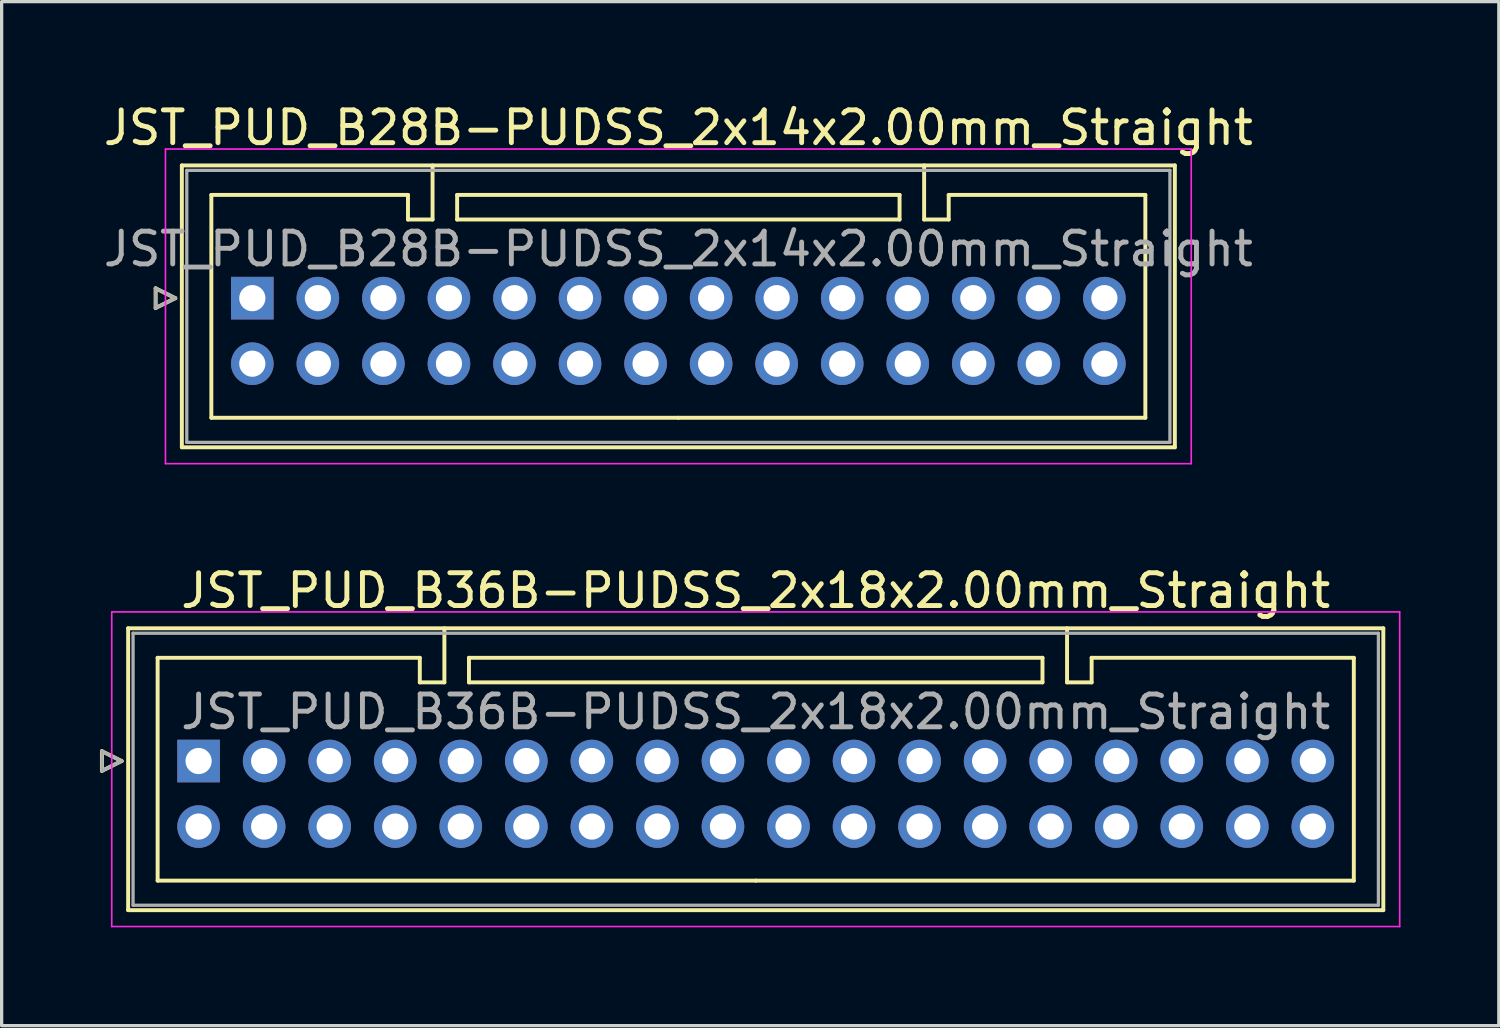
<source format=kicad_pcb>
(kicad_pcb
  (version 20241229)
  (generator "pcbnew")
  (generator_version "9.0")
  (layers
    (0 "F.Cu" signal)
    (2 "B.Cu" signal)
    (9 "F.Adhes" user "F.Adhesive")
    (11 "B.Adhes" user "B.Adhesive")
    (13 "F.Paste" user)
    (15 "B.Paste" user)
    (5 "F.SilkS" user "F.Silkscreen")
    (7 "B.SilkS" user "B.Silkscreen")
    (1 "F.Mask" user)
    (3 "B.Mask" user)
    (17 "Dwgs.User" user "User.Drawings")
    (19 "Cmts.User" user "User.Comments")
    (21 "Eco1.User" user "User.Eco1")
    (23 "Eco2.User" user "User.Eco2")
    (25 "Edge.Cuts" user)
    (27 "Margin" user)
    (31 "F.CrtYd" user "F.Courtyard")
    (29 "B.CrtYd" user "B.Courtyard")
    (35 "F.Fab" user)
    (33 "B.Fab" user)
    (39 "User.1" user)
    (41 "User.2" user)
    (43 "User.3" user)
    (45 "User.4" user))
  (footprint "JST_PUD_B36B-PUDSS_2x18x2.00mm_Straight"
    (layer "F.Cu")
    (at 3.01 20.172)
    (property "Reference" "JST_PUD_B36B-PUDSS_2x18x2.00mm_Straight" (at 17 -5.2 0) (layer "F.SilkS") (effects (font (size 1 1) (thickness 0.15))))
    (attr through_hole)
    (fp_line (start -2.95 -0.3) (end -2.35 0) (stroke (width 0.12) (type solid)) (layer "F.SilkS"))
    (fp_line (start -2.95 0.3) (end -2.95 -0.3) (stroke (width 0.12) (type solid)) (layer "F.SilkS"))
    (fp_line (start -2.35 0) (end -2.95 0.3) (stroke (width 0.12) (type solid)) (layer "F.SilkS"))
    (fp_line (start -2.15 -4.05) (end -2.15 4.55) (stroke (width 0.12) (type solid)) (layer "F.SilkS"))
    (fp_line (start -2.15 4.55) (end 36.15 4.55) (stroke (width 0.12) (type solid)) (layer "F.SilkS"))
    (fp_line (start -1.25 -3.15) (end -1.25 3.65) (stroke (width 0.12) (type solid)) (layer "F.SilkS"))
    (fp_line (start -1.25 3.65) (end 17 3.65) (stroke (width 0.12) (type solid)) (layer "F.SilkS"))
    (fp_line (start 6.75 -3.15) (end -1.25 -3.15) (stroke (width 0.12) (type solid)) (layer "F.SilkS"))
    (fp_line (start 6.75 -2.4) (end 6.75 -3.15) (stroke (width 0.12) (type solid)) (layer "F.SilkS"))
    (fp_line (start 7.5 -4.05) (end 7.5 -2.4) (stroke (width 0.12) (type solid)) (layer "F.SilkS"))
    (fp_line (start 7.5 -2.4) (end 6.75 -2.4) (stroke (width 0.12) (type solid)) (layer "F.SilkS"))
    (fp_line (start 8.25 -3.15) (end 8.25 -2.4) (stroke (width 0.12) (type solid)) (layer "F.SilkS"))
    (fp_line (start 8.25 -2.4) (end 25.75 -2.4) (stroke (width 0.12) (type solid)) (layer "F.SilkS"))
    (fp_line (start 25.75 -3.15) (end 8.25 -3.15) (stroke (width 0.12) (type solid)) (layer "F.SilkS"))
    (fp_line (start 25.75 -2.4) (end 25.75 -3.15) (stroke (width 0.12) (type solid)) (layer "F.SilkS"))
    (fp_line (start 26.5 -4.05) (end 26.5 -2.4) (stroke (width 0.12) (type solid)) (layer "F.SilkS"))
    (fp_line (start 26.5 -2.4) (end 27.25 -2.4) (stroke (width 0.12) (type solid)) (layer "F.SilkS"))
    (fp_line (start 27.25 -3.15) (end 35.25 -3.15) (stroke (width 0.12) (type solid)) (layer "F.SilkS"))
    (fp_line (start 27.25 -2.4) (end 27.25 -3.15) (stroke (width 0.12) (type solid)) (layer "F.SilkS"))
    (fp_line (start 35.25 -3.15) (end 35.25 3.65) (stroke (width 0.12) (type solid)) (layer "F.SilkS"))
    (fp_line (start 35.25 3.65) (end 17 3.65) (stroke (width 0.12) (type solid)) (layer "F.SilkS"))
    (fp_line (start 36.15 -4.05) (end -2.15 -4.05) (stroke (width 0.12) (type solid)) (layer "F.SilkS"))
    (fp_line (start 36.15 4.55) (end 36.15 -4.05) (stroke (width 0.12) (type solid)) (layer "F.SilkS"))
    (fp_line (start -2.65 -4.55) (end -2.65 5.05) (stroke (width 0.05) (type solid)) (layer "F.CrtYd"))
    (fp_line (start -2.65 5.05) (end 36.65 5.05) (stroke (width 0.05) (type solid)) (layer "F.CrtYd"))
    (fp_line (start 36.65 -4.55) (end -2.65 -4.55) (stroke (width 0.05) (type solid)) (layer "F.CrtYd"))
    (fp_line (start 36.65 5.05) (end 36.65 -4.55) (stroke (width 0.05) (type solid)) (layer "F.CrtYd"))
    (fp_line (start -2.95 -0.3) (end -2.35 0) (stroke (width 0.1) (type solid)) (layer "F.Fab"))
    (fp_line (start -2.95 0.3) (end -2.95 -0.3) (stroke (width 0.1) (type solid)) (layer "F.Fab"))
    (fp_line (start -2.35 0) (end -2.95 0.3) (stroke (width 0.1) (type solid)) (layer "F.Fab"))
    (fp_line (start -2 -3.9) (end -2 4.4) (stroke (width 0.1) (type solid)) (layer "F.Fab"))
    (fp_line (start -2 4.4) (end 36 4.4) (stroke (width 0.1) (type solid)) (layer "F.Fab"))
    (fp_line (start 36 -3.9) (end -2 -3.9) (stroke (width 0.1) (type solid)) (layer "F.Fab"))
    (fp_line (start 36 4.4) (end 36 -3.9) (stroke (width 0.1) (type solid)) (layer "F.Fab"))
    (fp_text user "${REFERENCE}" (at 17 -1.5 0) (layer "F.Fab") (effects (font (size 1 1) (thickness 0.15))))
    (pad "1" thru_hole rect (at 0 0) (size 1.3 1.3) (drill 0.8) (layers "*.Cu" "*.Mask"))
    (pad "2" thru_hole circle (at 0 2) (size 1.3 1.3) (drill 0.8) (layers "*.Cu" "*.Mask"))
    (pad "3" thru_hole circle (at 2 0) (size 1.3 1.3) (drill 0.8) (layers "*.Cu" "*.Mask"))
    (pad "4" thru_hole circle (at 2 2) (size 1.3 1.3) (drill 0.8) (layers "*.Cu" "*.Mask"))
    (pad "5" thru_hole circle (at 4 0) (size 1.3 1.3) (drill 0.8) (layers "*.Cu" "*.Mask"))
    (pad "6" thru_hole circle (at 4 2) (size 1.3 1.3) (drill 0.8) (layers "*.Cu" "*.Mask"))
    (pad "7" thru_hole circle (at 6 0) (size 1.3 1.3) (drill 0.8) (layers "*.Cu" "*.Mask"))
    (pad "8" thru_hole circle (at 6 2) (size 1.3 1.3) (drill 0.8) (layers "*.Cu" "*.Mask"))
    (pad "9" thru_hole circle (at 8 0) (size 1.3 1.3) (drill 0.8) (layers "*.Cu" "*.Mask"))
    (pad "10" thru_hole circle (at 8 2) (size 1.3 1.3) (drill 0.8) (layers "*.Cu" "*.Mask"))
    (pad "11" thru_hole circle (at 10 0) (size 1.3 1.3) (drill 0.8) (layers "*.Cu" "*.Mask"))
    (pad "12" thru_hole circle (at 10 2) (size 1.3 1.3) (drill 0.8) (layers "*.Cu" "*.Mask"))
    (pad "13" thru_hole circle (at 12 0) (size 1.3 1.3) (drill 0.8) (layers "*.Cu" "*.Mask"))
    (pad "14" thru_hole circle (at 12 2) (size 1.3 1.3) (drill 0.8) (layers "*.Cu" "*.Mask"))
    (pad "15" thru_hole circle (at 14 0) (size 1.3 1.3) (drill 0.8) (layers "*.Cu" "*.Mask"))
    (pad "16" thru_hole circle (at 14 2) (size 1.3 1.3) (drill 0.8) (layers "*.Cu" "*.Mask"))
    (pad "17" thru_hole circle (at 16 0) (size 1.3 1.3) (drill 0.8) (layers "*.Cu" "*.Mask"))
    (pad "18" thru_hole circle (at 16 2) (size 1.3 1.3) (drill 0.8) (layers "*.Cu" "*.Mask"))
    (pad "19" thru_hole circle (at 18 0) (size 1.3 1.3) (drill 0.8) (layers "*.Cu" "*.Mask"))
    (pad "20" thru_hole circle (at 18 2) (size 1.3 1.3) (drill 0.8) (layers "*.Cu" "*.Mask"))
    (pad "21" thru_hole circle (at 20 0) (size 1.3 1.3) (drill 0.8) (layers "*.Cu" "*.Mask"))
    (pad "22" thru_hole circle (at 20 2) (size 1.3 1.3) (drill 0.8) (layers "*.Cu" "*.Mask"))
    (pad "23" thru_hole circle (at 22 0) (size 1.3 1.3) (drill 0.8) (layers "*.Cu" "*.Mask"))
    (pad "24" thru_hole circle (at 22 2) (size 1.3 1.3) (drill 0.8) (layers "*.Cu" "*.Mask"))
    (pad "25" thru_hole circle (at 24 0) (size 1.3 1.3) (drill 0.8) (layers "*.Cu" "*.Mask"))
    (pad "26" thru_hole circle (at 24 2) (size 1.3 1.3) (drill 0.8) (layers "*.Cu" "*.Mask"))
    (pad "27" thru_hole circle (at 26 0) (size 1.3 1.3) (drill 0.8) (layers "*.Cu" "*.Mask"))
    (pad "28" thru_hole circle (at 26 2) (size 1.3 1.3) (drill 0.8) (layers "*.Cu" "*.Mask"))
    (pad "29" thru_hole circle (at 28 0) (size 1.3 1.3) (drill 0.8) (layers "*.Cu" "*.Mask"))
    (pad "30" thru_hole circle (at 28 2) (size 1.3 1.3) (drill 0.8) (layers "*.Cu" "*.Mask"))
    (pad "31" thru_hole circle (at 30 0) (size 1.3 1.3) (drill 0.8) (layers "*.Cu" "*.Mask"))
    (pad "32" thru_hole circle (at 30 2) (size 1.3 1.3) (drill 0.8) (layers "*.Cu" "*.Mask"))
    (pad "33" thru_hole circle (at 32 0) (size 1.3 1.3) (drill 0.8) (layers "*.Cu" "*.Mask"))
    (pad "34" thru_hole circle (at 32 2) (size 1.3 1.3) (drill 0.8) (layers "*.Cu" "*.Mask"))
    (pad "35" thru_hole circle (at 34 0) (size 1.3 1.3) (drill 0.8) (layers "*.Cu" "*.Mask"))
    (pad "36" thru_hole circle (at 34 2) (size 1.3 1.3) (drill 0.8) (layers "*.Cu" "*.Mask")))
  (footprint "JST_PUD_B28B-PUDSS_2x14x2.00mm_Straight"
    (layer "F.Cu")
    (at 4.649 6.048)
    (property "Reference" "JST_PUD_B28B-PUDSS_2x14x2.00mm_Straight" (at 13 -5.2 0) (layer "F.SilkS") (effects (font (size 1 1) (thickness 0.15))))
    (attr through_hole)
    (fp_line (start -2.95 -0.3) (end -2.35 0) (stroke (width 0.12) (type solid)) (layer "F.SilkS"))
    (fp_line (start -2.95 0.3) (end -2.95 -0.3) (stroke (width 0.12) (type solid)) (layer "F.SilkS"))
    (fp_line (start -2.35 0) (end -2.95 0.3) (stroke (width 0.12) (type solid)) (layer "F.SilkS"))
    (fp_line (start -2.15 -4.05) (end -2.15 4.55) (stroke (width 0.12) (type solid)) (layer "F.SilkS"))
    (fp_line (start -2.15 4.55) (end 28.15 4.55) (stroke (width 0.12) (type solid)) (layer "F.SilkS"))
    (fp_line (start -1.25 -3.15) (end -1.25 3.65) (stroke (width 0.12) (type solid)) (layer "F.SilkS"))
    (fp_line (start -1.25 3.65) (end 13 3.65) (stroke (width 0.12) (type solid)) (layer "F.SilkS"))
    (fp_line (start 4.75 -3.15) (end -1.25 -3.15) (stroke (width 0.12) (type solid)) (layer "F.SilkS"))
    (fp_line (start 4.75 -2.4) (end 4.75 -3.15) (stroke (width 0.12) (type solid)) (layer "F.SilkS"))
    (fp_line (start 5.5 -4.05) (end 5.5 -2.4) (stroke (width 0.12) (type solid)) (layer "F.SilkS"))
    (fp_line (start 5.5 -2.4) (end 4.75 -2.4) (stroke (width 0.12) (type solid)) (layer "F.SilkS"))
    (fp_line (start 6.25 -3.15) (end 6.25 -2.4) (stroke (width 0.12) (type solid)) (layer "F.SilkS"))
    (fp_line (start 6.25 -2.4) (end 19.75 -2.4) (stroke (width 0.12) (type solid)) (layer "F.SilkS"))
    (fp_line (start 19.75 -3.15) (end 6.25 -3.15) (stroke (width 0.12) (type solid)) (layer "F.SilkS"))
    (fp_line (start 19.75 -2.4) (end 19.75 -3.15) (stroke (width 0.12) (type solid)) (layer "F.SilkS"))
    (fp_line (start 20.5 -4.05) (end 20.5 -2.4) (stroke (width 0.12) (type solid)) (layer "F.SilkS"))
    (fp_line (start 20.5 -2.4) (end 21.25 -2.4) (stroke (width 0.12) (type solid)) (layer "F.SilkS"))
    (fp_line (start 21.25 -3.15) (end 27.25 -3.15) (stroke (width 0.12) (type solid)) (layer "F.SilkS"))
    (fp_line (start 21.25 -2.4) (end 21.25 -3.15) (stroke (width 0.12) (type solid)) (layer "F.SilkS"))
    (fp_line (start 27.25 -3.15) (end 27.25 3.65) (stroke (width 0.12) (type solid)) (layer "F.SilkS"))
    (fp_line (start 27.25 3.65) (end 13 3.65) (stroke (width 0.12) (type solid)) (layer "F.SilkS"))
    (fp_line (start 28.15 -4.05) (end -2.15 -4.05) (stroke (width 0.12) (type solid)) (layer "F.SilkS"))
    (fp_line (start 28.15 4.55) (end 28.15 -4.05) (stroke (width 0.12) (type solid)) (layer "F.SilkS"))
    (fp_line (start -2.65 -4.55) (end -2.65 5.05) (stroke (width 0.05) (type solid)) (layer "F.CrtYd"))
    (fp_line (start -2.65 5.05) (end 28.65 5.05) (stroke (width 0.05) (type solid)) (layer "F.CrtYd"))
    (fp_line (start 28.65 -4.55) (end -2.65 -4.55) (stroke (width 0.05) (type solid)) (layer "F.CrtYd"))
    (fp_line (start 28.65 5.05) (end 28.65 -4.55) (stroke (width 0.05) (type solid)) (layer "F.CrtYd"))
    (fp_line (start -2.95 -0.3) (end -2.35 0) (stroke (width 0.1) (type solid)) (layer "F.Fab"))
    (fp_line (start -2.95 0.3) (end -2.95 -0.3) (stroke (width 0.1) (type solid)) (layer "F.Fab"))
    (fp_line (start -2.35 0) (end -2.95 0.3) (stroke (width 0.1) (type solid)) (layer "F.Fab"))
    (fp_line (start -2 -3.9) (end -2 4.4) (stroke (width 0.1) (type solid)) (layer "F.Fab"))
    (fp_line (start -2 4.4) (end 28 4.4) (stroke (width 0.1) (type solid)) (layer "F.Fab"))
    (fp_line (start 28 -3.9) (end -2 -3.9) (stroke (width 0.1) (type solid)) (layer "F.Fab"))
    (fp_line (start 28 4.4) (end 28 -3.9) (stroke (width 0.1) (type solid)) (layer "F.Fab"))
    (fp_text user "${REFERENCE}" (at 13 -1.5 0) (layer "F.Fab") (effects (font (size 1 1) (thickness 0.15))))
    (pad "1" thru_hole rect (at 0 0) (size 1.3 1.3) (drill 0.8) (layers "*.Cu" "*.Mask"))
    (pad "2" thru_hole circle (at 0 2) (size 1.3 1.3) (drill 0.8) (layers "*.Cu" "*.Mask"))
    (pad "3" thru_hole circle (at 2 0) (size 1.3 1.3) (drill 0.8) (layers "*.Cu" "*.Mask"))
    (pad "4" thru_hole circle (at 2 2) (size 1.3 1.3) (drill 0.8) (layers "*.Cu" "*.Mask"))
    (pad "5" thru_hole circle (at 4 0) (size 1.3 1.3) (drill 0.8) (layers "*.Cu" "*.Mask"))
    (pad "6" thru_hole circle (at 4 2) (size 1.3 1.3) (drill 0.8) (layers "*.Cu" "*.Mask"))
    (pad "7" thru_hole circle (at 6 0) (size 1.3 1.3) (drill 0.8) (layers "*.Cu" "*.Mask"))
    (pad "8" thru_hole circle (at 6 2) (size 1.3 1.3) (drill 0.8) (layers "*.Cu" "*.Mask"))
    (pad "9" thru_hole circle (at 8 0) (size 1.3 1.3) (drill 0.8) (layers "*.Cu" "*.Mask"))
    (pad "10" thru_hole circle (at 8 2) (size 1.3 1.3) (drill 0.8) (layers "*.Cu" "*.Mask"))
    (pad "11" thru_hole circle (at 10 0) (size 1.3 1.3) (drill 0.8) (layers "*.Cu" "*.Mask"))
    (pad "12" thru_hole circle (at 10 2) (size 1.3 1.3) (drill 0.8) (layers "*.Cu" "*.Mask"))
    (pad "13" thru_hole circle (at 12 0) (size 1.3 1.3) (drill 0.8) (layers "*.Cu" "*.Mask"))
    (pad "14" thru_hole circle (at 12 2) (size 1.3 1.3) (drill 0.8) (layers "*.Cu" "*.Mask"))
    (pad "15" thru_hole circle (at 14 0) (size 1.3 1.3) (drill 0.8) (layers "*.Cu" "*.Mask"))
    (pad "16" thru_hole circle (at 14 2) (size 1.3 1.3) (drill 0.8) (layers "*.Cu" "*.Mask"))
    (pad "17" thru_hole circle (at 16 0) (size 1.3 1.3) (drill 0.8) (layers "*.Cu" "*.Mask"))
    (pad "18" thru_hole circle (at 16 2) (size 1.3 1.3) (drill 0.8) (layers "*.Cu" "*.Mask"))
    (pad "19" thru_hole circle (at 18 0) (size 1.3 1.3) (drill 0.8) (layers "*.Cu" "*.Mask"))
    (pad "20" thru_hole circle (at 18 2) (size 1.3 1.3) (drill 0.8) (layers "*.Cu" "*.Mask"))
    (pad "21" thru_hole circle (at 20 0) (size 1.3 1.3) (drill 0.8) (layers "*.Cu" "*.Mask"))
    (pad "22" thru_hole circle (at 20 2) (size 1.3 1.3) (drill 0.8) (layers "*.Cu" "*.Mask"))
    (pad "23" thru_hole circle (at 22 0) (size 1.3 1.3) (drill 0.8) (layers "*.Cu" "*.Mask"))
    (pad "24" thru_hole circle (at 22 2) (size 1.3 1.3) (drill 0.8) (layers "*.Cu" "*.Mask"))
    (pad "25" thru_hole circle (at 24 0) (size 1.3 1.3) (drill 0.8) (layers "*.Cu" "*.Mask"))
    (pad "26" thru_hole circle (at 24 2) (size 1.3 1.3) (drill 0.8) (layers "*.Cu" "*.Mask"))
    (pad "27" thru_hole circle (at 26 0) (size 1.3 1.3) (drill 0.8) (layers "*.Cu" "*.Mask"))
    (pad "28" thru_hole circle (at 26 2) (size 1.3 1.3) (drill 0.8) (layers "*.Cu" "*.Mask")))
  (gr_rect
    (start -3 -3)
    (end 42.685 28.247)
    (stroke (width 0.1) (type default))
    (fill no)
    (layer "Edge.Cuts")))
</source>
